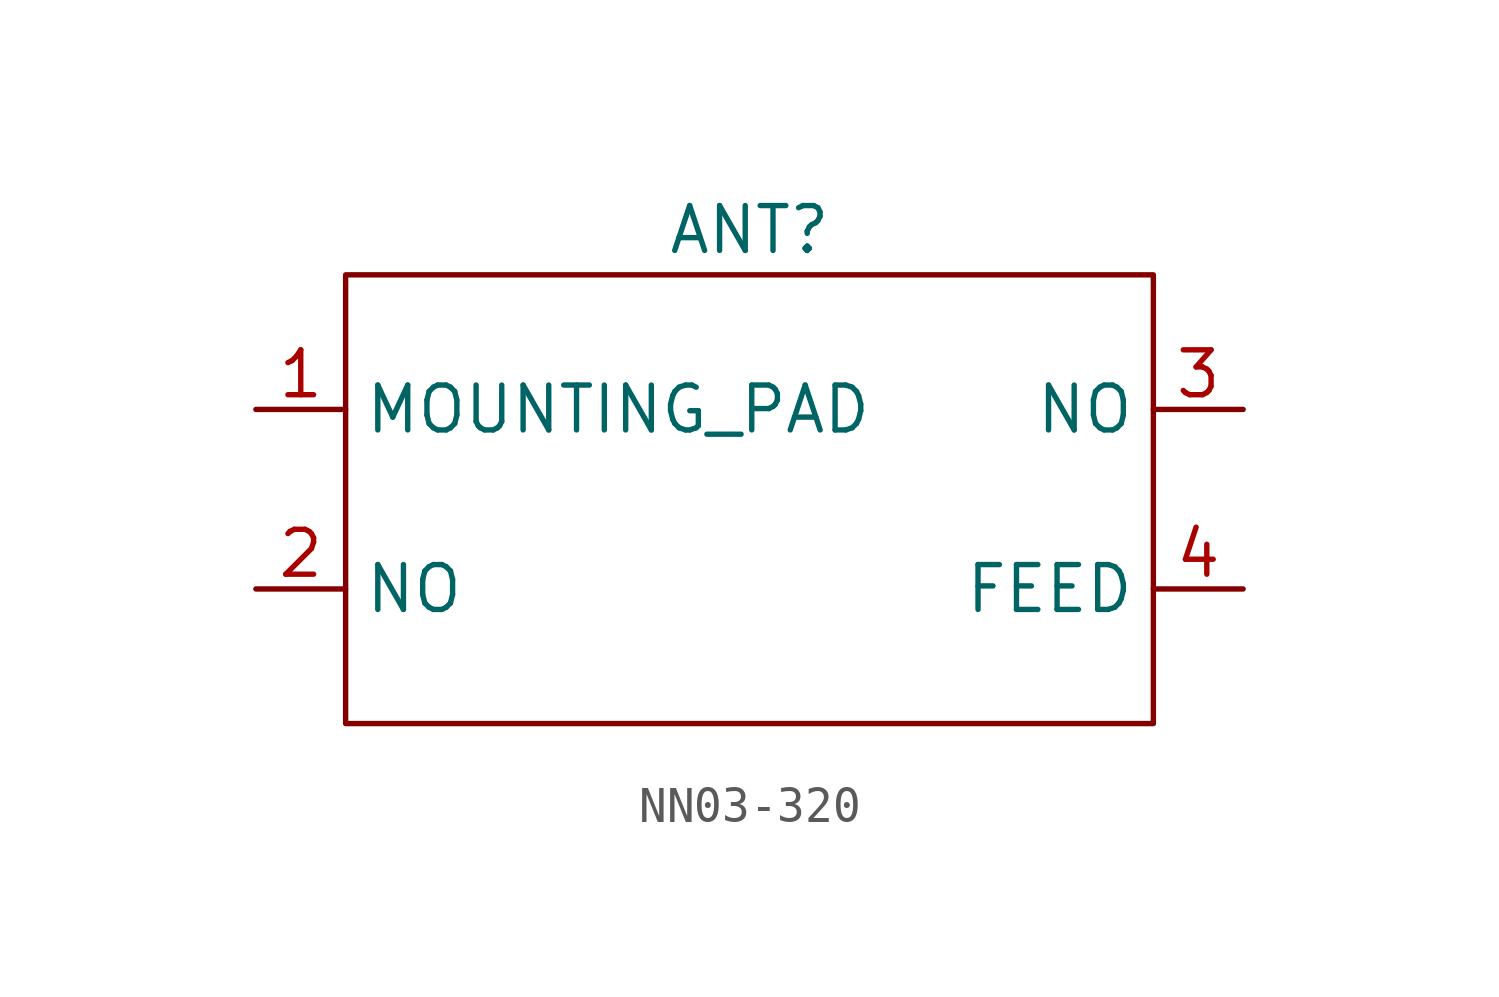
<source format=kicad_sym>
(kicad_symbol_lib
  (version 20220914)
  (generator kicad_symbol_editor)
  (symbol "NN03-320"
    (property "Reference" "ANT"
      (at 0 7.62 0)
      (effects (font (size 1.27 1.27))))
    (property "Value" ""
      (at 1.27 1.27 0)
      (effects (font (size 1.27 1.27))))
    (symbol "NN03-320_0_1"
      (rectangle (start -11.43 6.35) (end 11.43 -6.35) (stroke (width 0) (type default)) (fill (type none))))
    (symbol "NN03-320_1_1"
      (pin passive line (at -13.97 2.54 0) (length 2.54) (name "MOUNTING_PAD" (effects (font (size 1.27 1.27)))) (number "1" (effects (font (size 1.27 1.27)))))
      (pin passive line (at -13.97 -2.54 0) (length 2.54) (name "NO" (effects (font (size 1.27 1.27)))) (number "2" (effects (font (size 1.27 1.27)))))
      (pin passive line (at 13.97 2.54 180) (length 2.54) (name "NO" (effects (font (size 1.27 1.27)))) (number "3" (effects (font (size 1.27 1.27)))))
      (pin bidirectional line (at 13.97 -2.54 180) (length 2.54) (name "FEED" (effects (font (size 1.27 1.27)))) (number "4" (effects (font (size 1.27 1.27))))))))
</source>
